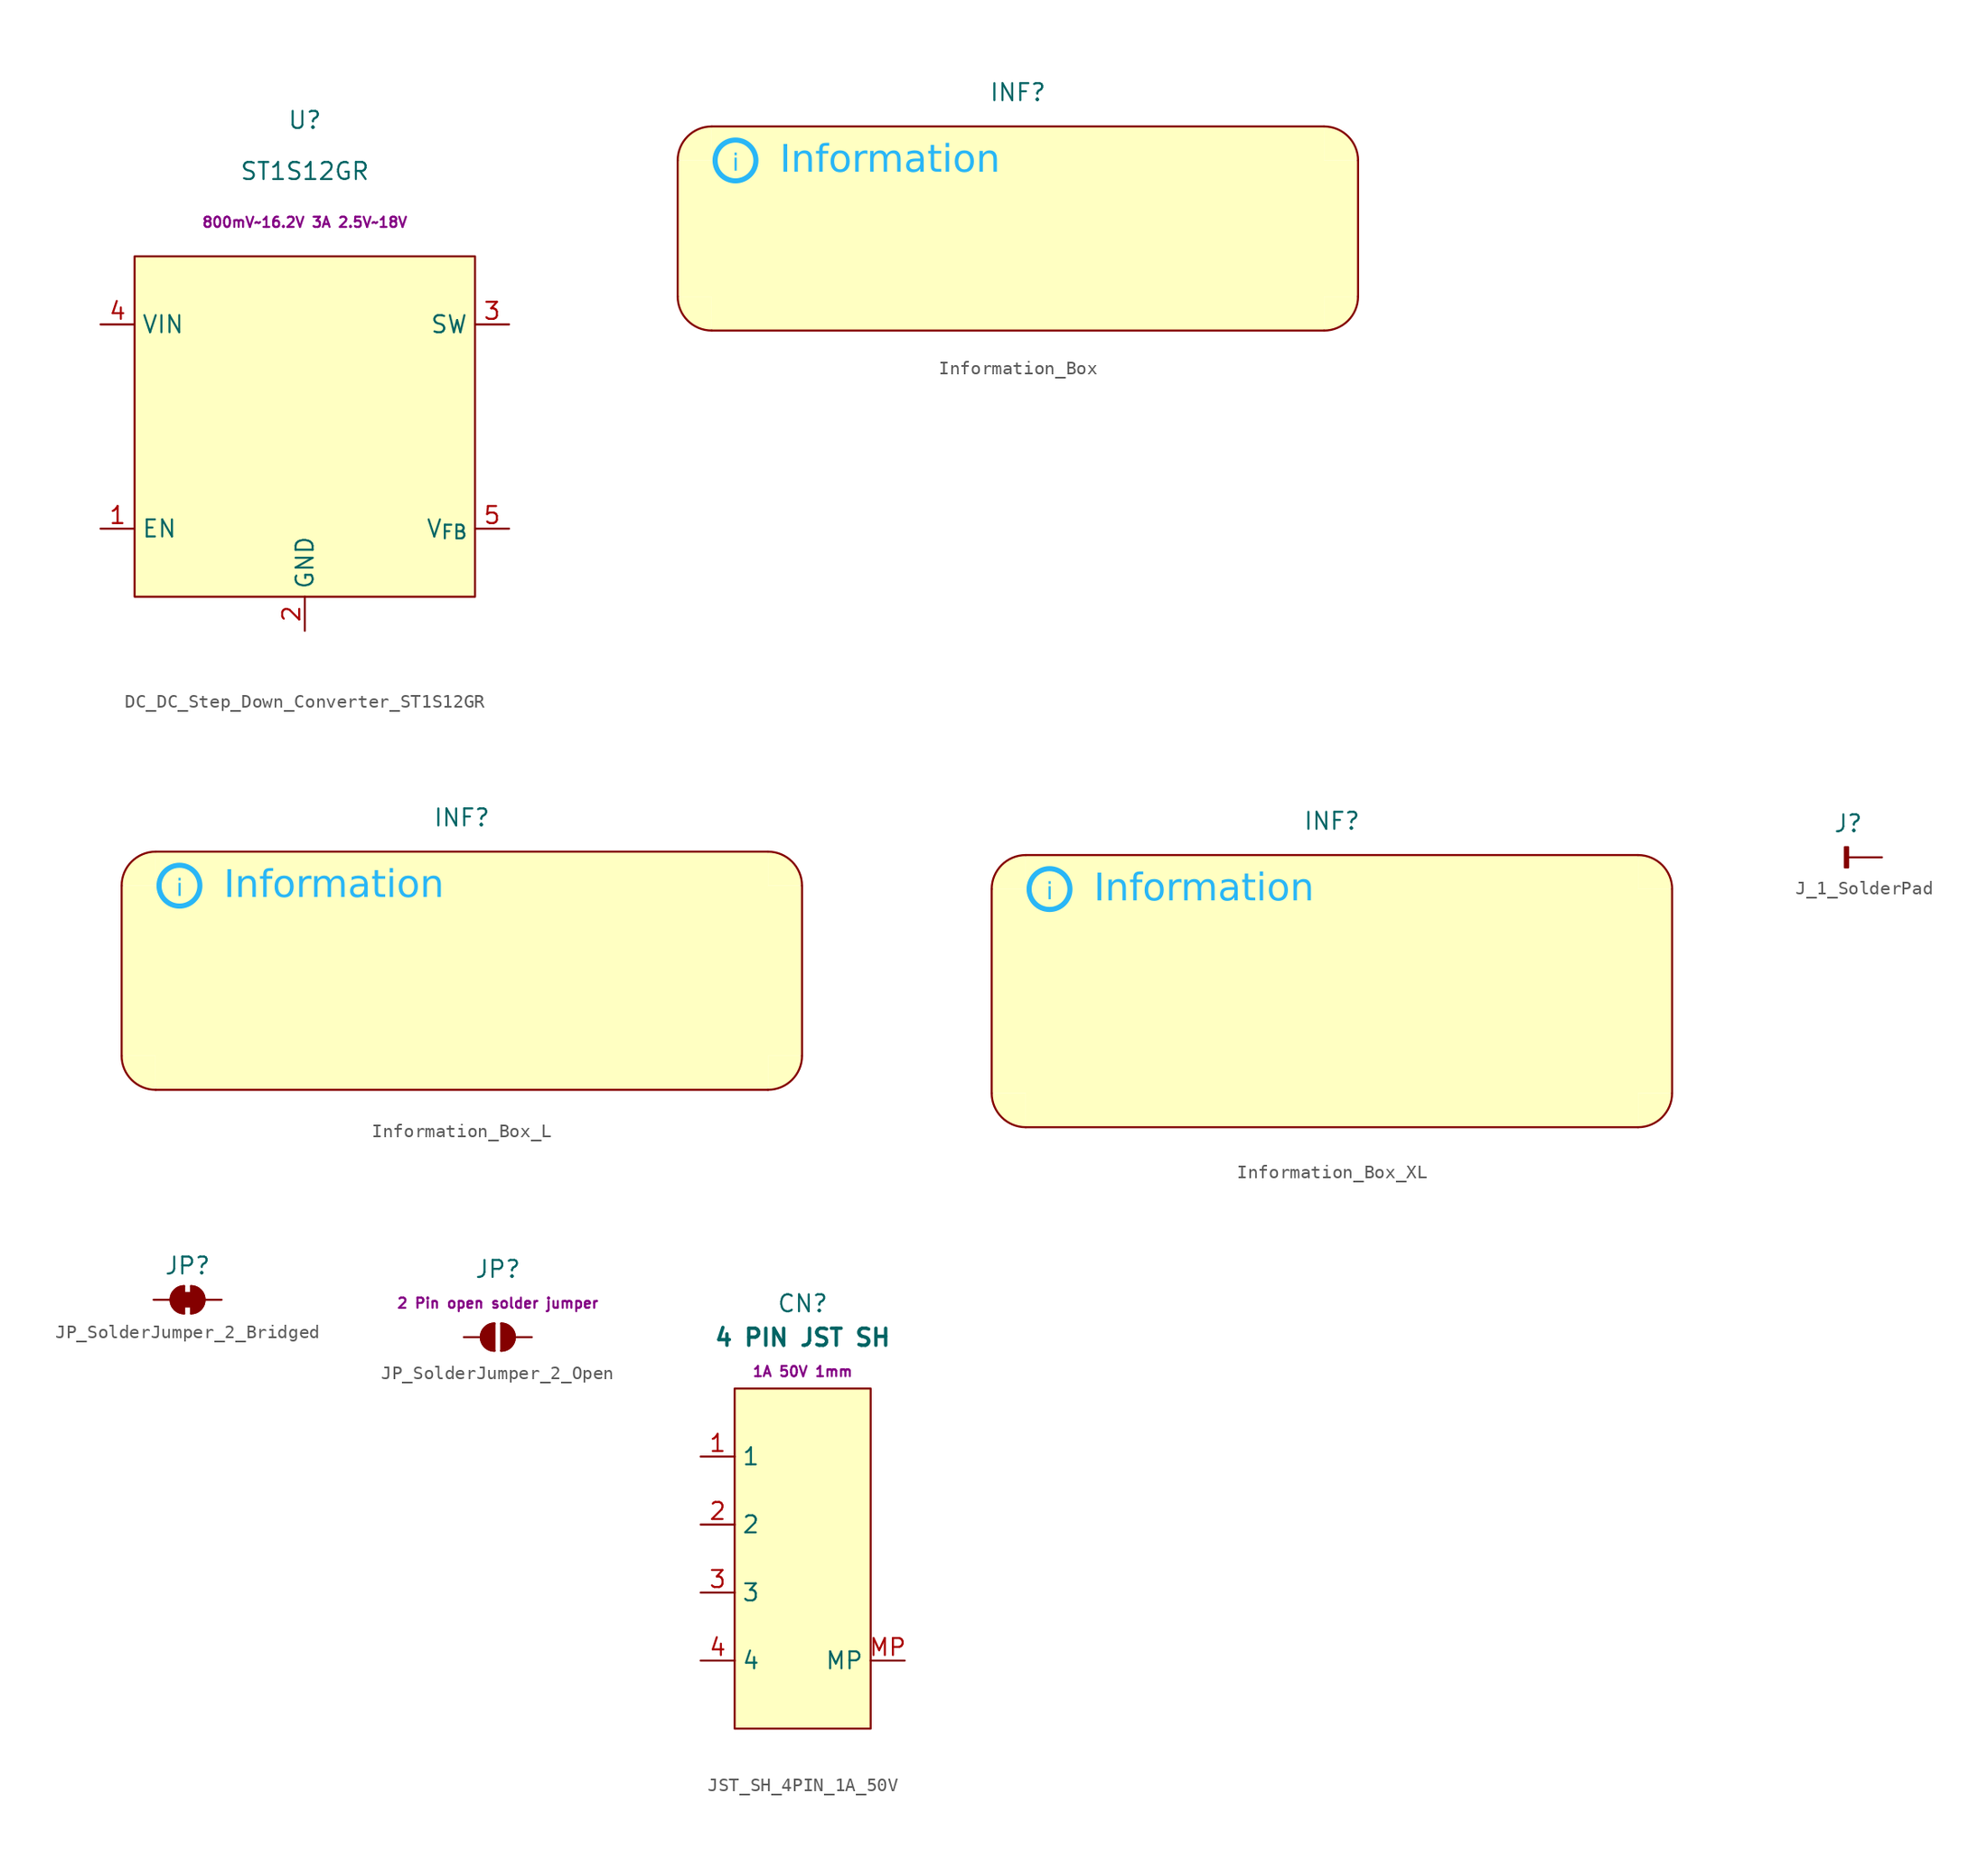
<source format=kicad_sym>
(kicad_symbol_lib
  (version 20231120)
  (generator "kicad_symbol_editor")
  (generator_version "8.0")
  (symbol "DC_DC_Step_Down_Converter_ST1S12GR"
    (property "Reference" "U"
      (at 0 22.86 0)
      (effects (font (size 1.27 1.27))))
    (property "Value" "ST1S12GR"
      (at 0 19.05 0)
      (effects (font (size 1.27 1.27))))
    (property "Extra Values" "800mV~16.2V 3A 2.5V~18V"
      (at 0 15.24 0)
      (effects (font (size 0.762 0.762) (bold yes))))
    (symbol "DC_DC_Step_Down_Converter_ST1S12GR_0_1"
      (rectangle (start -12.7 12.7) (end 12.7 -12.7) (stroke (width 0) (type default)) (fill (type background))))
    (symbol "DC_DC_Step_Down_Converter_ST1S12GR_1_1"
      (pin input line (at -15.24 -7.62 0) (length 2.54) (name "EN" (effects (font (size 1.27 1.27)))) (number "1" (effects (font (size 1.27 1.27)))))
      (pin power_in line (at 0 -15.24 90) (length 2.54) (name "GND" (effects (font (size 1.27 1.27)))) (number "2" (effects (font (size 1.27 1.27)))))
      (pin output line (at 15.24 7.62 180) (length 2.54) (name "SW" (effects (font (size 1.27 1.27)))) (number "3" (effects (font (size 1.27 1.27)))))
      (pin power_in line (at -15.24 7.62 0) (length 2.54) (name "VIN" (effects (font (size 1.27 1.27)))) (number "4" (effects (font (size 1.27 1.27)))))
      (pin input line (at 15.24 -7.62 180) (length 2.54) (name "V_{FB}" (effects (font (size 1.27 1.27)))) (number "5" (effects (font (size 1.27 1.27)))))))
  (symbol "Information_Box"
    (pin_numbers hide)
    (pin_names
      (offset 0) hide)
    (property "Reference" "INF"
      (at 0 10.16 0)
      (effects (font (size 1.27 1.27))))
    (property "Value" ""
      (at -15.24 3.81 0)
      (effects (font (size 1.27 1.27))))
    (symbol "Information_Box_1_1"
      (arc (start -25.3998 -5.0798) (mid -24.6559 -6.8759) (end -22.8598 -7.6198) (stroke (width 0) (type default)) (fill (type background)))
      (rectangle (start -25.4 5.08) (end 25.4 -5.08) (stroke (width -0.0001) (type default)) (fill (type background)))
      (arc (start -22.86 7.62) (mid -24.6561 6.8761) (end -25.4 5.08) (stroke (width 0) (type default)) (fill (type background)))
      (rectangle (start -22.86 7.62) (end 22.86 -7.62) (stroke (width -0.0001) (type default)) (fill (type background)))
      (circle (center -21.082 5.08) (radius 1.524) (stroke (width 0.381) (type default) (color 41 182 246 1)) (fill (type none)))
      (polyline (pts (xy -25.4 5.08) (xy -25.4 -5.08)) (stroke (width 0) (type default)) (fill (type none)))
      (polyline (pts (xy -22.86 -7.62) (xy 22.86 -7.62)) (stroke (width 0) (type default)) (fill (type none)))
      (polyline (pts (xy 22.86 7.62) (xy -22.86 7.62)) (stroke (width 0) (type default)) (fill (type none)))
      (polyline (pts (xy 25.4 -5.08) (xy 25.4 5.08)) (stroke (width 0) (type default)) (fill (type none)))
      (arc (start 22.86 -7.62) (mid 24.6561 -6.8761) (end 25.4 -5.08) (stroke (width 0) (type default)) (fill (type background)))
      (arc (start 25.4 5.08) (mid 24.6561 6.8761) (end 22.86 7.62) (stroke (width 0) (type default)) (fill (type background)))
      (text "i" (at -21.073 4.846 0) (effects (font (face "ING Me Headline") (size 1.27 1.27) (color 41 182 246 1))))
      (text "Information" (at -17.78 5.08 0) (effects (font (face "ING Me Headline") (size 2.032 2.032) (color 41 182 246 1)) (justify left)))))
  (symbol "Information_Box_L"
    (pin_numbers hide)
    (pin_names
      (offset 0) hide)
    (property "Reference" "INF"
      (at 0 10.16 0)
      (effects (font (size 1.27 1.27))))
    (property "Value" ""
      (at -15.24 3.81 0)
      (effects (font (size 1.27 1.27))))
    (symbol "Information_Box_L_1_1"
      (arc (start -25.3998 -7.6198) (mid -24.6559 -9.4159) (end -22.8598 -10.1598) (stroke (width 0) (type default)) (fill (type background)))
      (rectangle (start -25.4 5.08) (end 25.4 -7.62) (stroke (width -0.0001) (type default)) (fill (type background)))
      (arc (start -22.86 7.62) (mid -24.6561 6.8761) (end -25.4 5.08) (stroke (width 0) (type default)) (fill (type background)))
      (rectangle (start -22.86 7.62) (end 22.86 -10.16) (stroke (width -0.0001) (type default)) (fill (type background)))
      (rectangle (start -22.86 7.62) (end 22.86 -7.62) (stroke (width -0.0001) (type default)) (fill (type background)))
      (circle (center -21.082 5.08) (radius 1.524) (stroke (width 0.381) (type default) (color 41 182 246 1)) (fill (type none)))
      (polyline (pts (xy -25.4 5.08) (xy -25.4 -7.62)) (stroke (width 0) (type default)) (fill (type none)))
      (polyline (pts (xy -22.86 -10.16) (xy 22.86 -10.16)) (stroke (width 0) (type default)) (fill (type none)))
      (polyline (pts (xy 22.86 7.62) (xy -22.86 7.62)) (stroke (width 0) (type default)) (fill (type none)))
      (polyline (pts (xy 25.4 -7.62) (xy 25.4 5.08)) (stroke (width 0) (type default)) (fill (type none)))
      (arc (start 22.86 -10.16) (mid 24.6561 -9.4161) (end 25.4 -7.62) (stroke (width 0) (type default)) (fill (type background)))
      (arc (start 25.4 5.08) (mid 24.6561 6.8761) (end 22.86 7.62) (stroke (width 0) (type default)) (fill (type background)))
      (text "i" (at -21.073 4.846 0) (effects (font (face "ING Me Headline") (size 1.27 1.27) (color 41 182 246 1))))
      (text "Information" (at -17.78 5.08 0) (effects (font (face "ING Me Headline") (size 2.032 2.032) (color 41 182 246 1)) (justify left)))))
  (symbol "Information_Box_XL"
    (pin_numbers hide)
    (pin_names
      (offset 0) hide)
    (property "Reference" "INF"
      (at 0 10.16 0)
      (effects (font (size 1.27 1.27))))
    (property "Value" ""
      (at -15.24 3.81 0)
      (effects (font (size 1.27 1.27))))
    (symbol "Information_Box_XL_1_1"
      (arc (start -25.3998 -10.1598) (mid -24.6559 -11.9559) (end -22.8598 -12.6998) (stroke (width 0) (type default)) (fill (type background)))
      (rectangle (start -25.4 5.08) (end 25.4 -10.16) (stroke (width -0.0001) (type default)) (fill (type background)))
      (arc (start -22.86 7.62) (mid -24.6561 6.8761) (end -25.4 5.08) (stroke (width 0) (type default)) (fill (type background)))
      (rectangle (start -22.86 7.62) (end 22.86 -12.7) (stroke (width -0.0001) (type default)) (fill (type background)))
      (rectangle (start -22.86 7.62) (end 22.86 -7.62) (stroke (width -0.0001) (type default)) (fill (type background)))
      (circle (center -21.082 5.08) (radius 1.524) (stroke (width 0.381) (type default) (color 41 182 246 1)) (fill (type none)))
      (polyline (pts (xy -25.4 5.08) (xy -25.4 -10.16)) (stroke (width 0) (type default)) (fill (type none)))
      (polyline (pts (xy -22.86 -12.7) (xy 22.86 -12.7)) (stroke (width 0) (type default)) (fill (type none)))
      (polyline (pts (xy 22.86 7.62) (xy -22.86 7.62)) (stroke (width 0) (type default)) (fill (type none)))
      (polyline (pts (xy 25.4 -10.16) (xy 25.4 5.08)) (stroke (width 0) (type default)) (fill (type none)))
      (arc (start 22.86 -12.7) (mid 24.6561 -11.9561) (end 25.4 -10.16) (stroke (width 0) (type default)) (fill (type background)))
      (arc (start 25.4 5.08) (mid 24.6561 6.8761) (end 22.86 7.62) (stroke (width 0) (type default)) (fill (type background)))
      (text "i" (at -21.073 4.846 0) (effects (font (face "ING Me Headline") (size 1.27 1.27) (color 41 182 246 1))))
      (text "Information" (at -17.78 5.08 0) (effects (font (face "ING Me Headline") (size 2.032 2.032) (color 41 182 246 1)) (justify left)))))
  (symbol "J_1_SolderPad"
    (pin_numbers hide)
    (pin_names hide)
    (property "Reference" "J"
      (at 0 2.54 0)
      (effects (font (size 1.27 1.27))))
    (property "Value" ""
      (at 0 5.08 0)
      (effects (font (size 1.27 1.27) (bold yes))))
    (symbol "J_1_SolderPad_1_1"
      (rectangle (start -0.254 -0.762) (end 0 0.762) (stroke (width 0) (type default)) (fill (type outline)))
      (pin passive line (at 2.54 0 180) (length 2.54) (name "1" (effects (font (size 1.27 1.27)))) (number "1" (effects (font (size 1.27 1.27)))))))
  (symbol "JP_SolderJumper_2_Bridged"
    (pin_numbers hide)
    (pin_names
      (offset 0) hide)
    (property "Reference" "JP"
      (at 0 2.54 0)
      (effects (font (size 1.27 1.27))))
    (symbol "JP_SolderJumper_2_Bridged_0_1"
      (rectangle (start -0.508 0.508) (end 0.508 -0.508) (stroke (width 0) (type default)) (fill (type outline)))
      (arc (start -0.254 1.016) (mid -1.2656 0) (end -0.254 -1.016) (stroke (width 0) (type default)) (fill (type none)))
      (arc (start -0.254 1.016) (mid -1.2656 0) (end -0.254 -1.016) (stroke (width 0) (type default)) (fill (type outline)))
      (polyline (pts (xy -0.254 1.016) (xy -0.254 -1.016)) (stroke (width 0) (type default)) (fill (type none)))
      (polyline (pts (xy 0.254 1.016) (xy 0.254 -1.016)) (stroke (width 0) (type default)) (fill (type none)))
      (arc (start 0.254 -1.016) (mid 1.2656 0) (end 0.254 1.016) (stroke (width 0) (type default)) (fill (type none)))
      (arc (start 0.254 -1.016) (mid 1.2656 0) (end 0.254 1.016) (stroke (width 0) (type default)) (fill (type outline))))
    (symbol "JP_SolderJumper_2_Bridged_1_1"
      (pin passive line (at -2.54 0 0) (length 1.27) (name "A" (effects (font (size 1.27 1.27)))) (number "1" (effects (font (size 1.27 1.27)))))
      (pin passive line (at 2.54 0 180) (length 1.27) (name "B" (effects (font (size 1.27 1.27)))) (number "2" (effects (font (size 1.27 1.27)))))))
  (symbol "JP_SolderJumper_2_Open"
    (pin_numbers hide)
    (pin_names
      (offset 0) hide)
    (property "Reference" "JP"
      (at 0 5.08 0)
      (effects (font (size 1.27 1.27))))
    (property "Extra Values" "2 Pin open solder jumper"
      (at 0 2.54 0)
      (effects (font (size 0.762 0.762) (bold yes))))
    (symbol "JP_SolderJumper_2_Open_0_1"
      (arc (start -0.254 1.016) (mid -1.2656 0) (end -0.254 -1.016) (stroke (width 0) (type default)) (fill (type none)))
      (arc (start -0.254 1.016) (mid -1.2656 0) (end -0.254 -1.016) (stroke (width 0) (type default)) (fill (type outline)))
      (polyline (pts (xy -0.254 1.016) (xy -0.254 -1.016)) (stroke (width 0) (type default)) (fill (type none)))
      (polyline (pts (xy 0.254 1.016) (xy 0.254 -1.016)) (stroke (width 0) (type default)) (fill (type none)))
      (arc (start 0.254 -1.016) (mid 1.2656 0) (end 0.254 1.016) (stroke (width 0) (type default)) (fill (type none)))
      (arc (start 0.254 -1.016) (mid 1.2656 0) (end 0.254 1.016) (stroke (width 0) (type default)) (fill (type outline))))
    (symbol "JP_SolderJumper_2_Open_1_1"
      (pin passive line (at -2.54 0 0) (length 1.27) (name "A" (effects (font (size 1.27 1.27)))) (number "1" (effects (font (size 1.27 1.27)))))
      (pin passive line (at 2.54 0 180) (length 1.27) (name "B" (effects (font (size 1.27 1.27)))) (number "2" (effects (font (size 1.27 1.27)))))))
  (symbol "JST_SH_4PIN_1A_50V"
    (property "Reference" "CN"
      (at 0 19.05 0)
      (effects (font (size 1.27 1.27))))
    (property "Value" "4 PIN JST SH"
      (at 0 16.51 0)
      (effects (font (size 1.27 1.27) (bold yes))))
    (property "Extra Values" "1A 50V 1mm"
      (at 0 13.97 0)
      (effects (font (size 0.762 0.762) (bold yes))))
    (symbol "JST_SH_4PIN_1A_50V_0_1"
      (rectangle (start -5.08 12.7) (end 5.08 -12.7) (stroke (width 0) (type default)) (fill (type background))))
    (symbol "JST_SH_4PIN_1A_50V_1_1"
      (pin passive line (at -7.62 7.62 0) (length 2.54) (name "1" (effects (font (size 1.27 1.27)))) (number "1" (effects (font (size 1.27 1.27)))))
      (pin passive line (at -7.62 2.54 0) (length 2.54) (name "2" (effects (font (size 1.27 1.27)))) (number "2" (effects (font (size 1.27 1.27)))))
      (pin passive line (at -7.62 -2.54 0) (length 2.54) (name "3" (effects (font (size 1.27 1.27)))) (number "3" (effects (font (size 1.27 1.27)))))
      (pin passive line (at -7.62 -7.62 0) (length 2.54) (name "4" (effects (font (size 1.27 1.27)))) (number "4" (effects (font (size 1.27 1.27)))))
      (pin passive line (at 7.62 -7.62 180) (length 2.54) (name "MP" (effects (font (size 1.27 1.27)))) (number "MP" (effects (font (size 1.27 1.27))))))))
</source>
